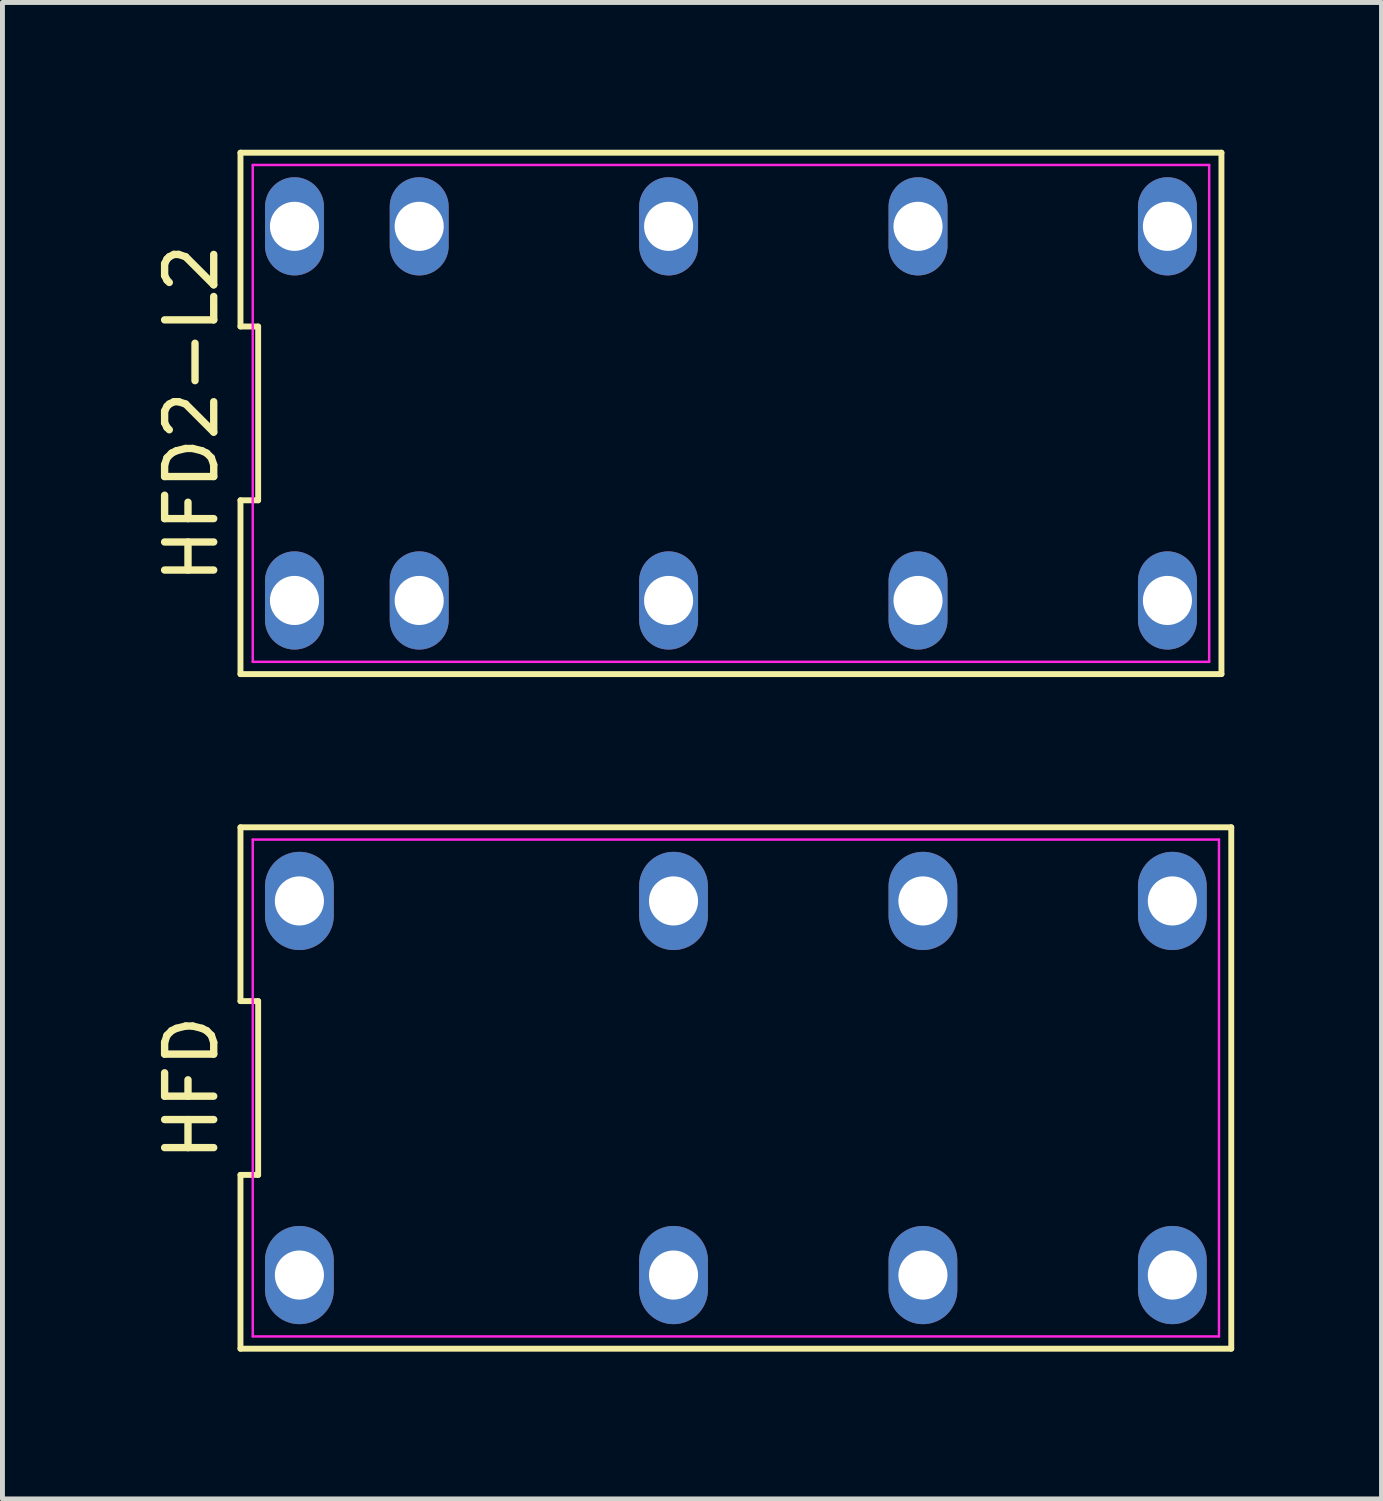
<source format=kicad_pcb>
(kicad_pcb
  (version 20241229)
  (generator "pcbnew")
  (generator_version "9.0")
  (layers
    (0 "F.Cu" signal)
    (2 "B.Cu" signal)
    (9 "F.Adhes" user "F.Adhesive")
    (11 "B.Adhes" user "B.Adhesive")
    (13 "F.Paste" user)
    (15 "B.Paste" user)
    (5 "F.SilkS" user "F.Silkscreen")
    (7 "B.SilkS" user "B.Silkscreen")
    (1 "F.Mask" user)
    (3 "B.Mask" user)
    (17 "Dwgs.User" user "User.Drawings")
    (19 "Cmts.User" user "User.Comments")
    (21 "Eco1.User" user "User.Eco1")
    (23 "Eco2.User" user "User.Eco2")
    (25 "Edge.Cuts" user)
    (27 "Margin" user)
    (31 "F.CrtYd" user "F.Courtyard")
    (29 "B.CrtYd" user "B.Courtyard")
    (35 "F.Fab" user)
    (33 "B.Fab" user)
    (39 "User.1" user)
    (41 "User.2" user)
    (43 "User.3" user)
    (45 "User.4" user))
  (footprint "HFD2-L2"
    (layer "F.Cu")
    (at 11.838 5.37)
    (property "Reference" "HFD2-L2" (at -10.99 0 90) (layer "F.SilkS") (effects (font (size 1 1) (thickness 0.15))))
    (attr through_hole)
    (fp_line (start -9.99 -5.31) (end -9.99 -1.77) (stroke (width 0.12) (type solid)) (layer "F.SilkS"))
    (fp_line (start -9.99 -1.77) (end -9.63 -1.77) (stroke (width 0.12) (type solid)) (layer "F.SilkS"))
    (fp_line (start -9.99 1.77) (end -9.99 5.31) (stroke (width 0.12) (type solid)) (layer "F.SilkS"))
    (fp_line (start -9.99 5.31) (end 9.99 5.31) (stroke (width 0.12) (type solid)) (layer "F.SilkS"))
    (fp_line (start -9.63 -1.77) (end -9.63 1.77) (stroke (width 0.12) (type solid)) (layer "F.SilkS"))
    (fp_line (start -9.63 1.77) (end -9.99 1.77) (stroke (width 0.12) (type solid)) (layer "F.SilkS"))
    (fp_line (start 9.99 -5.31) (end -9.99 -5.31) (stroke (width 0.12) (type solid)) (layer "F.SilkS"))
    (fp_line (start 9.99 5.31) (end 9.99 -5.31) (stroke (width 0.12) (type solid)) (layer "F.SilkS"))
    (fp_line (start -9.74 -5.06) (end 9.74 -5.06) (stroke (width 0.05) (type solid)) (layer "F.CrtYd"))
    (fp_line (start -9.74 5.06) (end -9.74 -5.06) (stroke (width 0.05) (type solid)) (layer "F.CrtYd"))
    (fp_line (start 9.74 -5.06) (end 9.74 5.06) (stroke (width 0.05) (type solid)) (layer "F.CrtYd"))
    (fp_line (start 9.74 5.06) (end -9.74 5.06) (stroke (width 0.05) (type solid)) (layer "F.CrtYd"))
    (pad "1" thru_hole oval (at -8.89 -3.81) (size 1.2 2) (drill 1) (layers "*.Cu" "*.Mask"))
    (pad "2" thru_hole oval (at -6.35 -3.81) (size 1.2 2) (drill 1) (layers "*.Cu" "*.Mask"))
    (pad "4" thru_hole oval (at -1.27 -3.81) (size 1.2 2) (drill 1) (layers "*.Cu" "*.Mask"))
    (pad "6" thru_hole oval (at 3.81 -3.81) (size 1.2 2) (drill 1) (layers "*.Cu" "*.Mask"))
    (pad "8" thru_hole oval (at 8.89 -3.81) (size 1.2 2) (drill 1) (layers "*.Cu" "*.Mask"))
    (pad "9" thru_hole oval (at 8.89 3.81) (size 1.2 2) (drill 1) (layers "*.Cu" "*.Mask"))
    (pad "11" thru_hole oval (at 3.81 3.81) (size 1.2 2) (drill 1) (layers "*.Cu" "*.Mask"))
    (pad "13" thru_hole oval (at -1.27 3.81) (size 1.2 2) (drill 1) (layers "*.Cu" "*.Mask"))
    (pad "15" thru_hole oval (at -6.35 3.81) (size 1.2 2) (drill 1) (layers "*.Cu" "*.Mask"))
    (pad "16" thru_hole oval (at -8.89 3.81) (size 1.2 2) (drill 1) (layers "*.Cu" "*.Mask")))
  (footprint "HFD"
    (layer "F.Cu")
    (at 11.938 19.11)
    (property "Reference" "HFD" (at -11.09 0 90) (layer "F.SilkS") (effects (font (size 1 1) (thickness 0.15))))
    (attr through_hole)
    (fp_line (start -10.09 -5.31) (end -10.09 -1.77) (stroke (width 0.12) (type solid)) (layer "F.SilkS"))
    (fp_line (start -10.09 -1.77) (end -9.73 -1.77) (stroke (width 0.12) (type solid)) (layer "F.SilkS"))
    (fp_line (start -10.09 1.77) (end -10.09 5.31) (stroke (width 0.12) (type solid)) (layer "F.SilkS"))
    (fp_line (start -10.09 5.31) (end 10.09 5.31) (stroke (width 0.12) (type solid)) (layer "F.SilkS"))
    (fp_line (start -9.73 -1.77) (end -9.73 1.77) (stroke (width 0.12) (type solid)) (layer "F.SilkS"))
    (fp_line (start -9.73 1.77) (end -10.09 1.77) (stroke (width 0.12) (type solid)) (layer "F.SilkS"))
    (fp_line (start 10.09 -5.31) (end -10.09 -5.31) (stroke (width 0.12) (type solid)) (layer "F.SilkS"))
    (fp_line (start 10.09 5.31) (end 10.09 -5.31) (stroke (width 0.12) (type solid)) (layer "F.SilkS"))
    (fp_line (start -9.84 -5.06) (end 9.84 -5.06) (stroke (width 0.05) (type solid)) (layer "F.CrtYd"))
    (fp_line (start -9.84 5.06) (end -9.84 -5.06) (stroke (width 0.05) (type solid)) (layer "F.CrtYd"))
    (fp_line (start 9.84 -5.06) (end 9.84 5.06) (stroke (width 0.05) (type solid)) (layer "F.CrtYd"))
    (fp_line (start 9.84 5.06) (end -9.84 5.06) (stroke (width 0.05) (type solid)) (layer "F.CrtYd"))
    (pad "1" thru_hole oval (at -8.89 -3.81) (size 1.4 2) (drill 1) (layers "*.Cu" "*.Mask"))
    (pad "4" thru_hole oval (at -1.27 -3.81) (size 1.4 2) (drill 1) (layers "*.Cu" "*.Mask"))
    (pad "6" thru_hole oval (at 3.81 -3.81) (size 1.4 2) (drill 1) (layers "*.Cu" "*.Mask"))
    (pad "8" thru_hole oval (at 8.89 -3.81) (size 1.4 2) (drill 1) (layers "*.Cu" "*.Mask"))
    (pad "9" thru_hole oval (at 8.89 3.81) (size 1.4 2) (drill 1) (layers "*.Cu" "*.Mask"))
    (pad "11" thru_hole oval (at 3.81 3.81) (size 1.4 2) (drill 1) (layers "*.Cu" "*.Mask"))
    (pad "13" thru_hole oval (at -1.27 3.81) (size 1.4 2) (drill 1) (layers "*.Cu" "*.Mask"))
    (pad "16" thru_hole oval (at -8.89 3.81) (size 1.4 2) (drill 1) (layers "*.Cu" "*.Mask")))
  (gr_rect
    (start -3 -3)
    (end 25.088 27.48)
    (stroke (width 0.1) (type default))
    (fill no)
    (layer "Edge.Cuts")))
</source>
